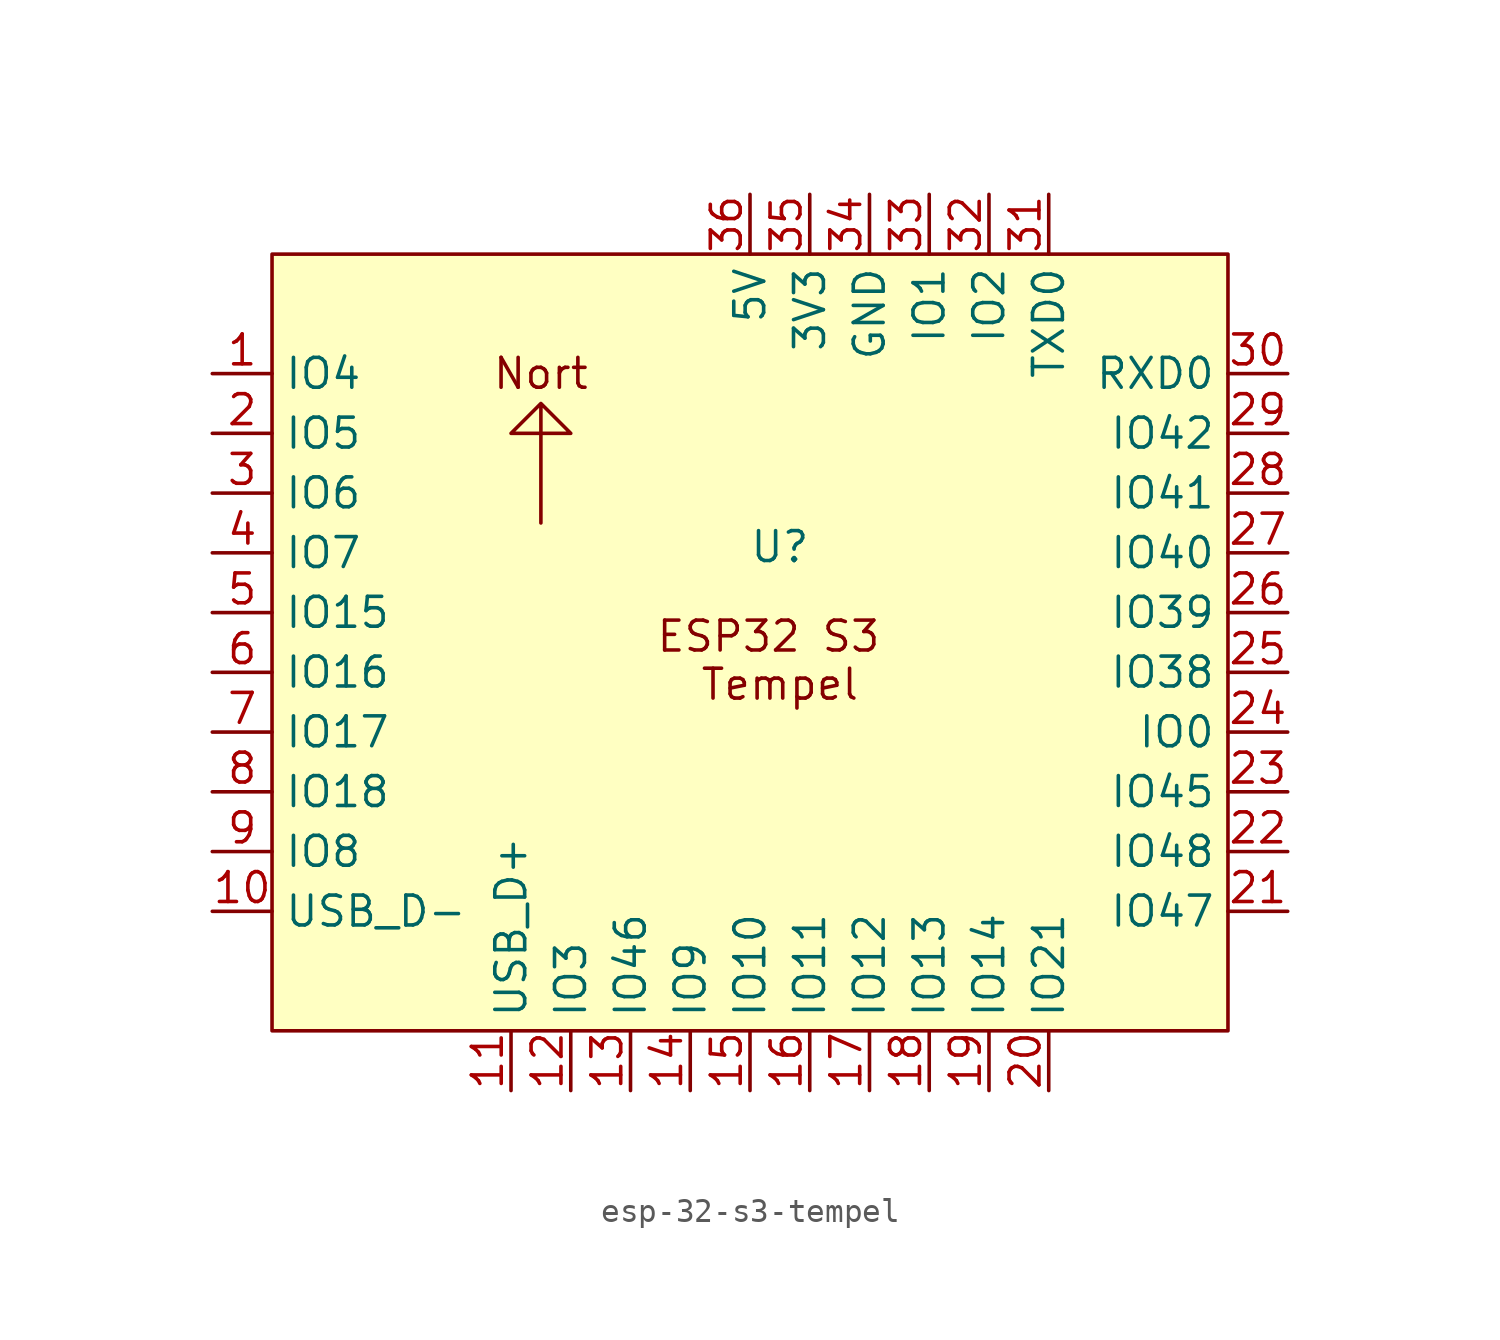
<source format=kicad_sym>
(kicad_symbol_lib
  (version 20231120)
  (generator "kicad_symbol_editor")
  (generator_version "8.0")
  (symbol "esp-32-s3-tempel"
    (property "Reference" "U"
      (at 6.35 -1.016 0)
      (effects (font (size 1.27 1.27))))
    (property "Value" ""
      (at 0 0 0)
      (effects (font (size 1.27 1.27))))
    (symbol "esp-32-s3-tempel_1_1"
      (rectangle (start -15.24 11.43) (end 25.4 -21.59) (stroke (width 0) (type default)) (fill (type background)))
      (polyline (pts (xy -3.81 0) (xy -3.81 5.08) (xy -5.08 3.81) (xy -2.54 3.81) (xy -3.81 5.08)) (stroke (width 0) (type default)) (fill (type none)))
      (text "ESP32 S3 \nTempel" (at 6.35 -5.842 0) (effects (font (size 1.27 1.27))))
      (text "Nort" (at -3.81 6.35 0) (effects (font (size 1.27 1.27))))
      (pin bidirectional line (at -17.78 6.35 0) (length 2.54) (name "IO4" (effects (font (size 1.27 1.27)))) (number "1" (effects (font (size 1.27 1.27)))))
      (pin bidirectional line (at -17.78 -16.51 0) (length 2.54) (name "USB_D-" (effects (font (size 1.27 1.27)))) (number "10" (effects (font (size 1.27 1.27)))))
      (pin bidirectional line (at -5.08 -24.13 90) (length 2.54) (name "USB_D+" (effects (font (size 1.27 1.27)))) (number "11" (effects (font (size 1.27 1.27)))))
      (pin bidirectional line (at -2.54 -24.13 90) (length 2.54) (name "IO3" (effects (font (size 1.27 1.27)))) (number "12" (effects (font (size 1.27 1.27)))))
      (pin bidirectional line (at 0 -24.13 90) (length 2.54) (name "IO46" (effects (font (size 1.27 1.27)))) (number "13" (effects (font (size 1.27 1.27)))))
      (pin bidirectional line (at 2.54 -24.13 90) (length 2.54) (name "IO9" (effects (font (size 1.27 1.27)))) (number "14" (effects (font (size 1.27 1.27)))))
      (pin bidirectional line (at 5.08 -24.13 90) (length 2.54) (name "IO10" (effects (font (size 1.27 1.27)))) (number "15" (effects (font (size 1.27 1.27)))))
      (pin bidirectional line (at 7.62 -24.13 90) (length 2.54) (name "IO11" (effects (font (size 1.27 1.27)))) (number "16" (effects (font (size 1.27 1.27)))))
      (pin bidirectional line (at 10.16 -24.13 90) (length 2.54) (name "IO12" (effects (font (size 1.27 1.27)))) (number "17" (effects (font (size 1.27 1.27)))))
      (pin bidirectional line (at 12.7 -24.13 90) (length 2.54) (name "IO13" (effects (font (size 1.27 1.27)))) (number "18" (effects (font (size 1.27 1.27)))))
      (pin bidirectional line (at 15.24 -24.13 90) (length 2.54) (name "IO14" (effects (font (size 1.27 1.27)))) (number "19" (effects (font (size 1.27 1.27)))))
      (pin bidirectional line (at -17.78 3.81 0) (length 2.54) (name "IO5" (effects (font (size 1.27 1.27)))) (number "2" (effects (font (size 1.27 1.27)))))
      (pin bidirectional line (at 17.78 -24.13 90) (length 2.54) (name "IO21" (effects (font (size 1.27 1.27)))) (number "20" (effects (font (size 1.27 1.27)))))
      (pin bidirectional line (at 27.94 -16.51 180) (length 2.54) (name "IO47" (effects (font (size 1.27 1.27)))) (number "21" (effects (font (size 1.27 1.27)))))
      (pin bidirectional line (at 27.94 -13.97 180) (length 2.54) (name "IO48" (effects (font (size 1.27 1.27)))) (number "22" (effects (font (size 1.27 1.27)))))
      (pin bidirectional line (at 27.94 -11.43 180) (length 2.54) (name "IO45" (effects (font (size 1.27 1.27)))) (number "23" (effects (font (size 1.27 1.27)))))
      (pin bidirectional line (at 27.94 -8.89 180) (length 2.54) (name "IO0" (effects (font (size 1.27 1.27)))) (number "24" (effects (font (size 1.27 1.27)))))
      (pin bidirectional line (at 27.94 -6.35 180) (length 2.54) (name "IO38" (effects (font (size 1.27 1.27)))) (number "25" (effects (font (size 1.27 1.27)))))
      (pin bidirectional line (at 27.94 -3.81 180) (length 2.54) (name "IO39" (effects (font (size 1.27 1.27)))) (number "26" (effects (font (size 1.27 1.27)))))
      (pin bidirectional line (at 27.94 -1.27 180) (length 2.54) (name "IO40" (effects (font (size 1.27 1.27)))) (number "27" (effects (font (size 1.27 1.27)))))
      (pin bidirectional line (at 27.94 1.27 180) (length 2.54) (name "IO41" (effects (font (size 1.27 1.27)))) (number "28" (effects (font (size 1.27 1.27)))))
      (pin bidirectional line (at 27.94 3.81 180) (length 2.54) (name "IO42" (effects (font (size 1.27 1.27)))) (number "29" (effects (font (size 1.27 1.27)))))
      (pin bidirectional line (at -17.78 1.27 0) (length 2.54) (name "IO6" (effects (font (size 1.27 1.27)))) (number "3" (effects (font (size 1.27 1.27)))))
      (pin bidirectional line (at 27.94 6.35 180) (length 2.54) (name "RXD0" (effects (font (size 1.27 1.27)))) (number "30" (effects (font (size 1.27 1.27)))))
      (pin bidirectional line (at 17.78 13.97 270) (length 2.54) (name "TXD0" (effects (font (size 1.27 1.27)))) (number "31" (effects (font (size 1.27 1.27)))))
      (pin bidirectional line (at 15.24 13.97 270) (length 2.54) (name "IO2" (effects (font (size 1.27 1.27)))) (number "32" (effects (font (size 1.27 1.27)))))
      (pin bidirectional line (at 12.7 13.97 270) (length 2.54) (name "IO1" (effects (font (size 1.27 1.27)))) (number "33" (effects (font (size 1.27 1.27)))))
      (pin bidirectional line (at 10.16 13.97 270) (length 2.54) (name "GND" (effects (font (size 1.27 1.27)))) (number "34" (effects (font (size 1.27 1.27)))))
      (pin bidirectional line (at 7.62 13.97 270) (length 2.54) (name "3V3" (effects (font (size 1.27 1.27)))) (number "35" (effects (font (size 1.27 1.27)))))
      (pin bidirectional line (at 5.08 13.97 270) (length 2.54) (name "5V" (effects (font (size 1.27 1.27)))) (number "36" (effects (font (size 1.27 1.27)))))
      (pin bidirectional line (at -17.78 -1.27 0) (length 2.54) (name "IO7" (effects (font (size 1.27 1.27)))) (number "4" (effects (font (size 1.27 1.27)))))
      (pin bidirectional line (at -17.78 -3.81 0) (length 2.54) (name "IO15" (effects (font (size 1.27 1.27)))) (number "5" (effects (font (size 1.27 1.27)))))
      (pin bidirectional line (at -17.78 -6.35 0) (length 2.54) (name "IO16" (effects (font (size 1.27 1.27)))) (number "6" (effects (font (size 1.27 1.27)))))
      (pin bidirectional line (at -17.78 -8.89 0) (length 2.54) (name "IO17" (effects (font (size 1.27 1.27)))) (number "7" (effects (font (size 1.27 1.27)))))
      (pin bidirectional line (at -17.78 -11.43 0) (length 2.54) (name "IO18" (effects (font (size 1.27 1.27)))) (number "8" (effects (font (size 1.27 1.27)))))
      (pin bidirectional line (at -17.78 -13.97 0) (length 2.54) (name "IO8" (effects (font (size 1.27 1.27)))) (number "9" (effects (font (size 1.27 1.27))))))))
</source>
